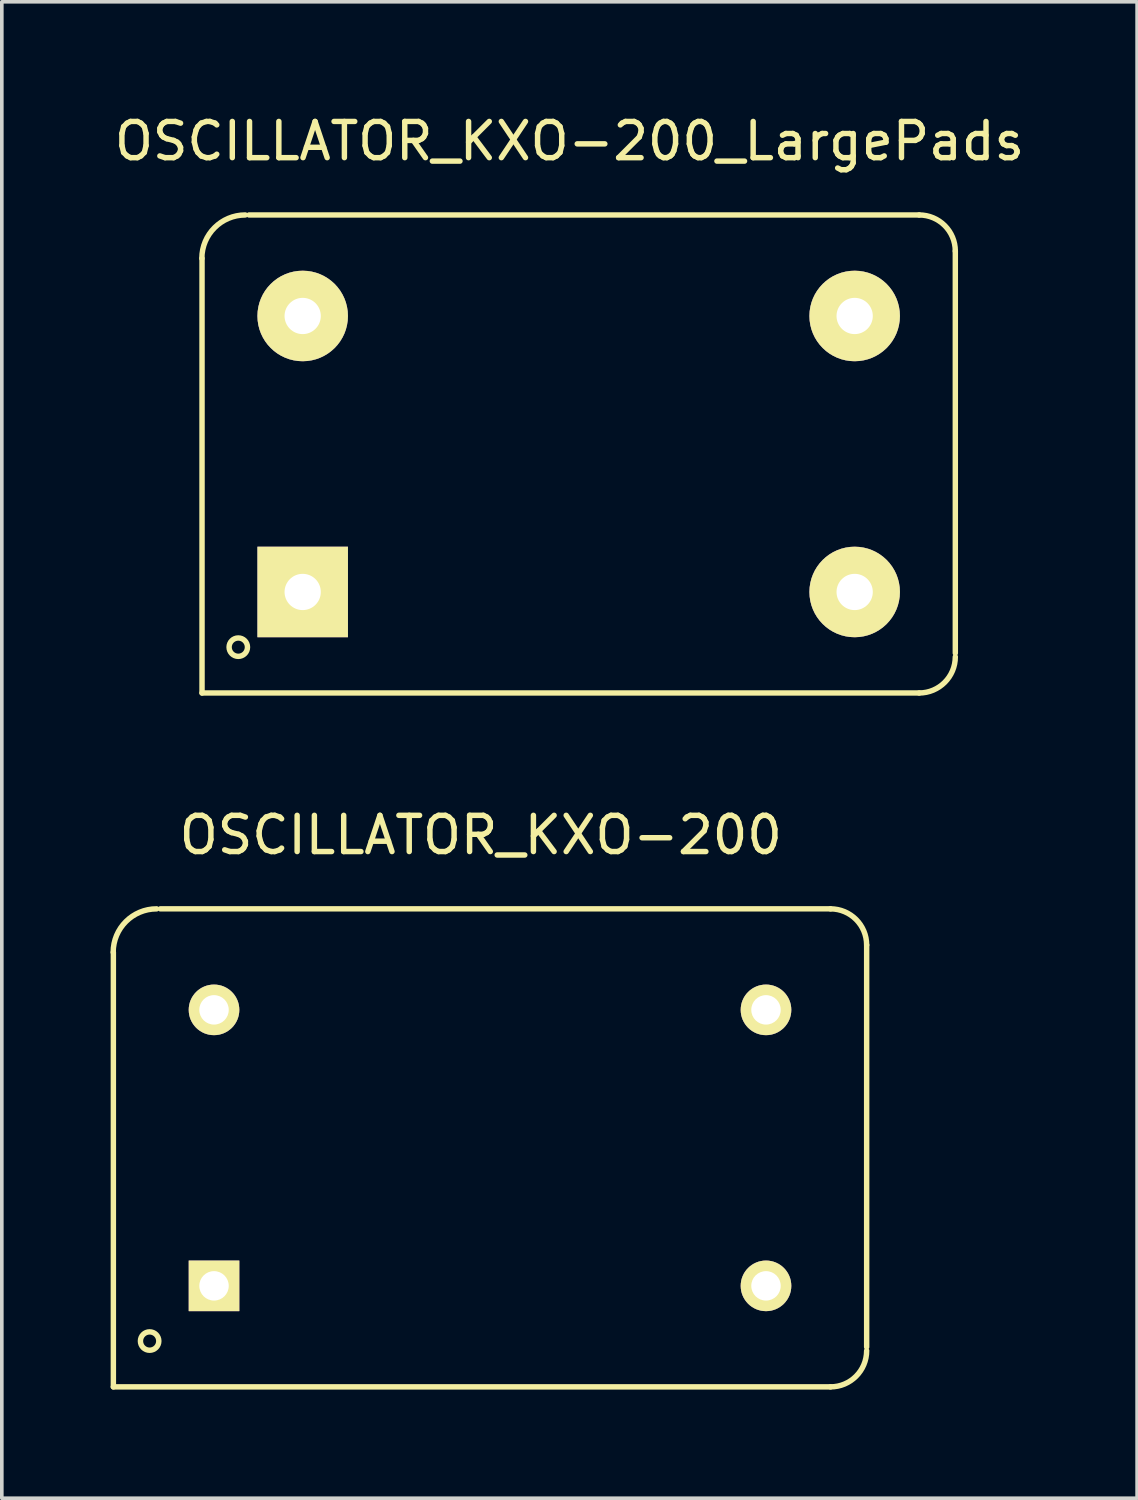
<source format=kicad_pcb>
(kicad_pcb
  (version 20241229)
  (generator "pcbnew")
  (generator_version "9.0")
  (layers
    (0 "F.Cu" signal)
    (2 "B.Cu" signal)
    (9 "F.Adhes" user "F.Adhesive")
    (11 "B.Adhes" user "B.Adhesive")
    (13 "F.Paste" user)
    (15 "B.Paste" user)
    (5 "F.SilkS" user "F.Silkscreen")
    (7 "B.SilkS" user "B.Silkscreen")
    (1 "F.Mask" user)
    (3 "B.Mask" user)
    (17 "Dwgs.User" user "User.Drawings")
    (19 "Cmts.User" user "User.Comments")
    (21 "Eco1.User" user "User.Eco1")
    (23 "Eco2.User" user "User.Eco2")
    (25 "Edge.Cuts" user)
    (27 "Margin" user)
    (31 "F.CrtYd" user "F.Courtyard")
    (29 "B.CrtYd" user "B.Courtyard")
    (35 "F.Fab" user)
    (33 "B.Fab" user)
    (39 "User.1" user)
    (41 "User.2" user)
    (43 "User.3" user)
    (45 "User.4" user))
  (footprint "OSCILLATOR_KXO-200"
    (layer "F.Cu")
    (at 10.479 28.642)
    (property "Reference" "OSCILLATOR_KXO-200" (at -0.254 -8.636 0) (layer "F.SilkS") (effects (font (size 1 1) (thickness 0.15))))
    (attr through_hole)
    (fp_line (start -10.399 -5.4) (end -10.399 6.599) (stroke (width 0.15) (type solid)) (layer "F.SilkS"))
    (fp_line (start -9.101 -6.599) (end 9.401 -6.599) (stroke (width 0.15) (type solid)) (layer "F.SilkS"))
    (fp_line (start 9.401 6.599) (end -10.399 6.599) (stroke (width 0.15) (type solid)) (layer "F.SilkS"))
    (fp_line (start 10.399 -5.601) (end 10.399 5.499) (stroke (width 0.15) (type solid)) (layer "F.SilkS"))
    (fp_arc (start -10.40384 -5.40004) (mid -10.052696 -6.247776) (end -9.20496 -6.59892) (stroke (width 0.15) (type solid)) (layer "F.SilkS"))
    (fp_arc (start 9.40054 -6.59892) (mid 10.106388 -6.306548) (end 10.39876 -5.6007) (stroke (width 0.15) (type solid)) (layer "F.SilkS"))
    (fp_arc (start 10.39876 5.6007) (mid 10.106388 6.306548) (end 9.40054 6.59892) (stroke (width 0.15) (type solid)) (layer "F.SilkS"))
    (fp_circle (center -9.398 5.334) (end -9.398 5.588) (stroke (width 0.15) (type solid)) (fill no) (layer "F.SilkS"))
    (pad "1" thru_hole rect (at -7.62 3.81) (size 1.397 1.397) (drill 0.813) (layers "*.Cu" "*.Mask" "F.SilkS"))
    (pad "7" thru_hole circle (at 7.62 3.81) (size 1.397 1.397) (drill 0.813) (layers "*.Cu" "*.Mask" "F.SilkS"))
    (pad "8" thru_hole circle (at 7.62 -3.81) (size 1.397 1.397) (drill 0.813) (layers "*.Cu" "*.Mask" "F.SilkS"))
    (pad "14" thru_hole circle (at -7.62 -3.81) (size 1.397 1.397) (drill 0.813) (layers "*.Cu" "*.Mask" "F.SilkS")))
  (footprint "OSCILLATOR_KXO-200_LargePads"
    (layer "F.Cu")
    (at 12.927 9.484)
    (property "Reference" "OSCILLATOR_KXO-200_LargePads" (at -0.254 -8.636 0) (layer "F.SilkS") (effects (font (size 1 1) (thickness 0.15))))
    (attr through_hole)
    (fp_line (start -10.399 -5.4) (end -10.399 6.599) (stroke (width 0.15) (type solid)) (layer "F.SilkS"))
    (fp_line (start -9.101 -6.599) (end 9.401 -6.599) (stroke (width 0.15) (type solid)) (layer "F.SilkS"))
    (fp_line (start 9.401 6.599) (end -10.399 6.599) (stroke (width 0.15) (type solid)) (layer "F.SilkS"))
    (fp_line (start 10.399 -5.601) (end 10.399 5.499) (stroke (width 0.15) (type solid)) (layer "F.SilkS"))
    (fp_arc (start -10.40384 -5.40004) (mid -10.052696 -6.247776) (end -9.20496 -6.59892) (stroke (width 0.15) (type solid)) (layer "F.SilkS"))
    (fp_arc (start 9.40054 -6.59892) (mid 10.106388 -6.306548) (end 10.39876 -5.6007) (stroke (width 0.15) (type solid)) (layer "F.SilkS"))
    (fp_arc (start 10.39876 5.6007) (mid 10.106388 6.306548) (end 9.40054 6.59892) (stroke (width 0.15) (type solid)) (layer "F.SilkS"))
    (fp_circle (center -9.398 5.334) (end -9.398 5.588) (stroke (width 0.15) (type solid)) (fill no) (layer "F.SilkS"))
    (pad "1" thru_hole rect (at -7.62 3.81) (size 2.499 2.499) (drill 1.001) (layers "*.Cu" "*.Mask" "F.SilkS"))
    (pad "7" thru_hole circle (at 7.62 3.81) (size 2.499 2.499) (drill 1.001) (layers "*.Cu" "*.Mask" "F.SilkS"))
    (pad "8" thru_hole circle (at 7.62 -3.81) (size 2.499 2.499) (drill 1.001) (layers "*.Cu" "*.Mask" "F.SilkS"))
    (pad "14" thru_hole circle (at -7.62 -3.81) (size 2.499 2.499) (drill 1.001) (layers "*.Cu" "*.Mask" "F.SilkS")))
  (gr_rect
    (start -3 -3)
    (end 28.345 38.316)
    (stroke (width 0.1) (type default))
    (fill no)
    (layer "Edge.Cuts")))
</source>
